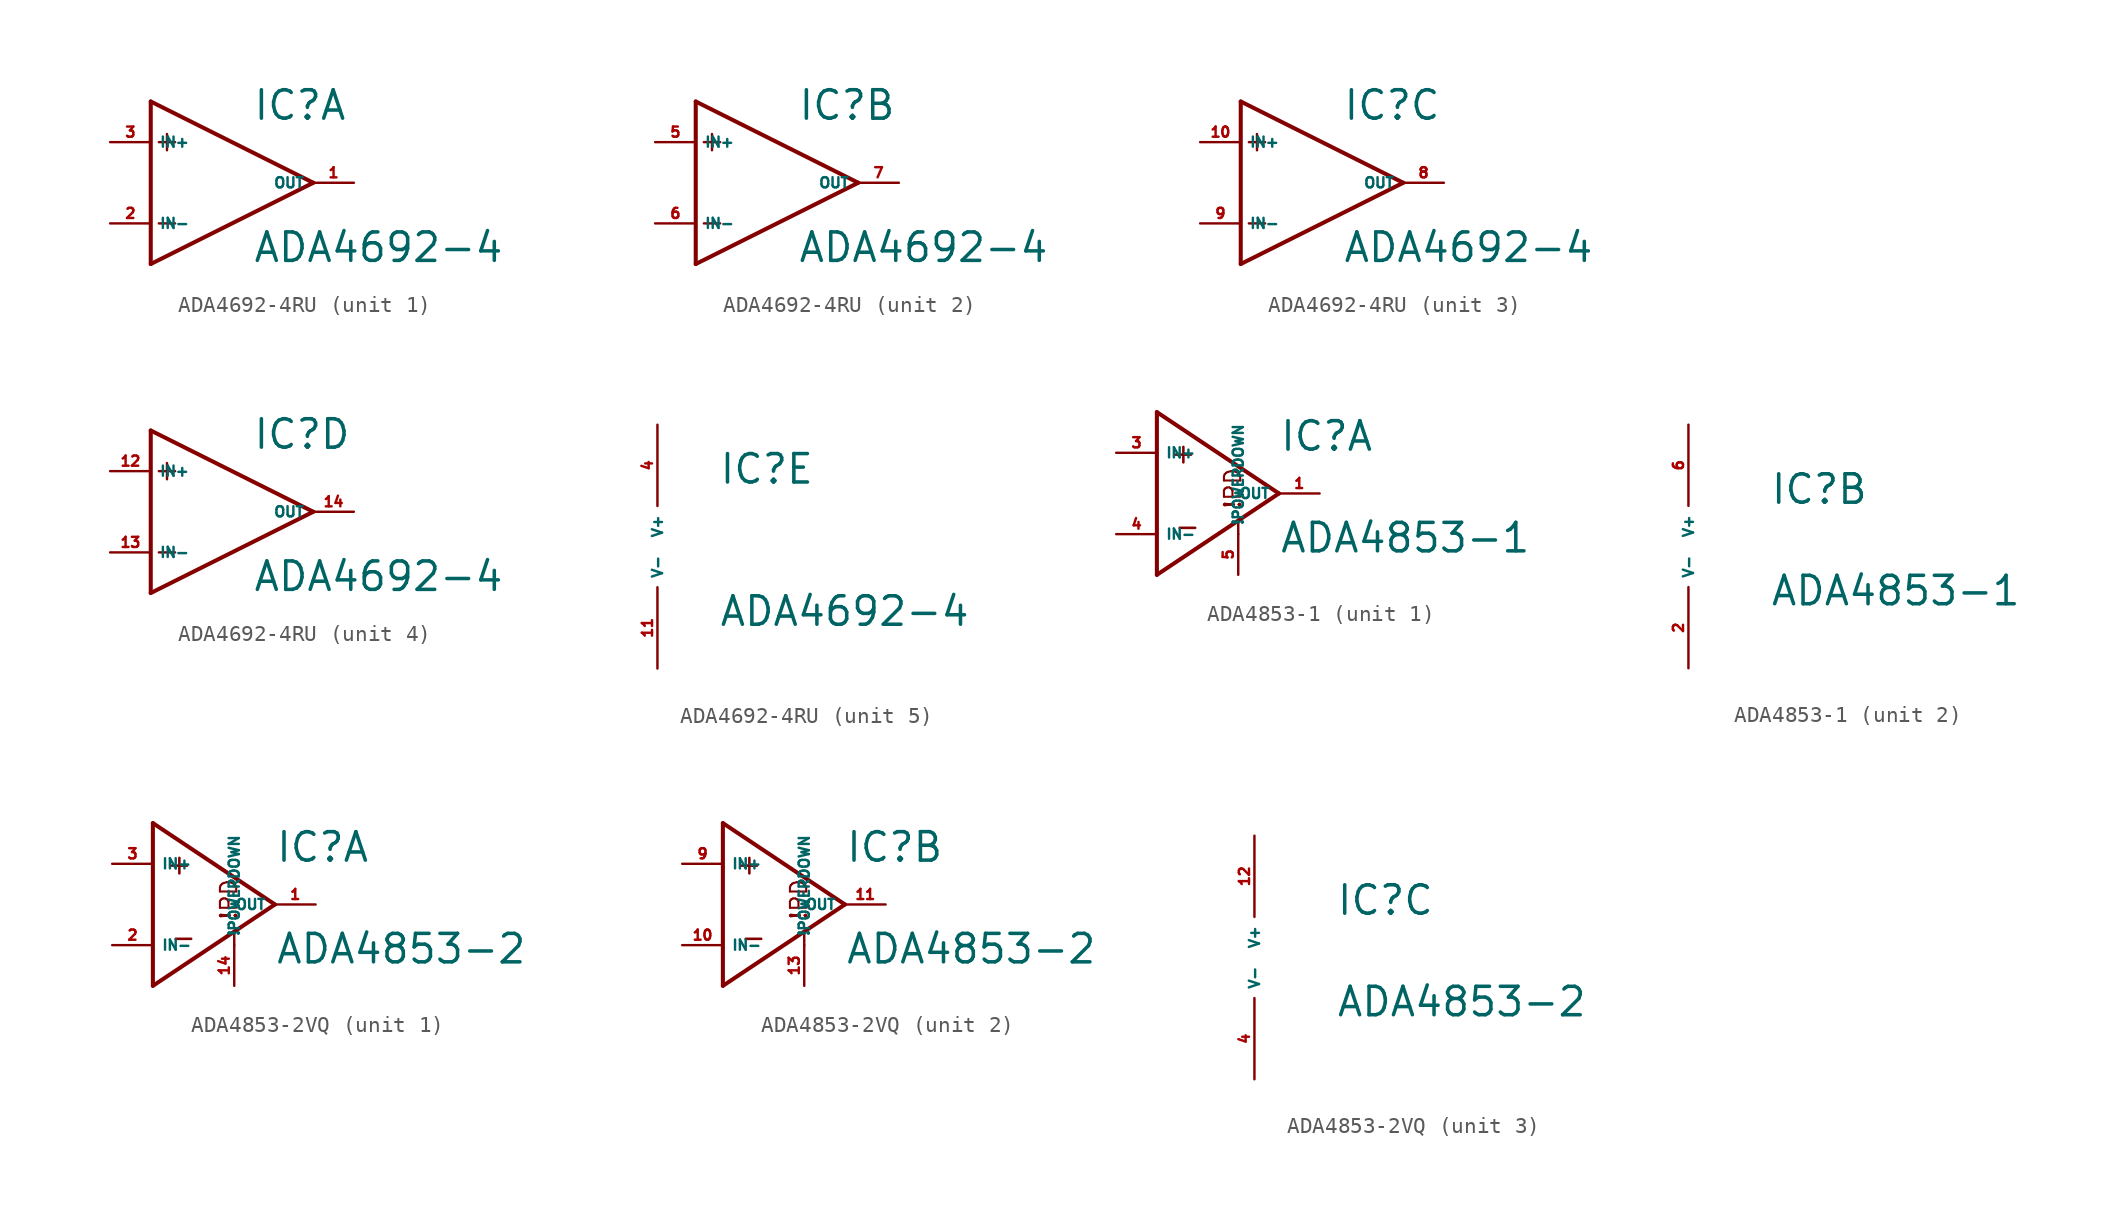
<source format=kicad_sym>
(kicad_symbol_lib
  (version 20220914)
  (generator Eagle2Kicad)
  (symbol "ADA4692-4RU"
    (property "Reference" "IC"
      (at 3.81 3.81 0)
      (effects (font (size 1.778 1.778) (thickness 0.22)) (justify left bottom)))
    (property "Value" "ADA4692-4"
      (at 3.81 -5.08 0)
      (effects (font (size 1.778 1.778) (thickness 0.22)) (justify left bottom)))
    (symbol "ADA4692-4RU_1_0"
      (polyline (pts (xy -2.54 5.08) (xy -2.54 -5.08)) (stroke (width 0.254) (type default)) (fill (type none)))
      (polyline (pts (xy -2.54 -5.08) (xy 7.62 0)) (stroke (width 0.254) (type default)) (fill (type none)))
      (polyline (pts (xy 7.62 0) (xy -2.54 5.08)) (stroke (width 0.254) (type default)) (fill (type none)))
      (polyline (pts (xy -2.032 2.54) (xy -1.016 2.54)) (stroke (width 0.152) (type default)) (fill (type none)))
      (polyline (pts (xy -1.524 3.048) (xy -1.524 2.032)) (stroke (width 0.152) (type default)) (fill (type none)))
      (polyline (pts (xy -2.032 -2.54) (xy -1.016 -2.54)) (stroke (width 0.152) (type default)) (fill (type none)))
      (pin input line (at -5.08 2.54 0) (length 2.54) (name "IN+" (effects (font (size 0.635 0.635) (thickness 0.08)) (justify left bottom))) (number "3" (effects (font (size 0.635 0.635) (thickness 0.08)) (justify left bottom))))
      (pin input line (at -5.08 -2.54 0) (length 2.54) (name "IN-" (effects (font (size 0.635 0.635) (thickness 0.08)) (justify left bottom))) (number "2" (effects (font (size 0.635 0.635) (thickness 0.08)) (justify left bottom))))
      (pin output line (at 10.16 0 180) (length 2.54) (name "OUT" (effects (font (size 0.635 0.635) (thickness 0.08)) (justify left bottom))) (number "1" (effects (font (size 0.635 0.635) (thickness 0.08)) (justify left bottom)))))
    (symbol "ADA4692-4RU_2_0"
      (polyline (pts (xy -2.54 5.08) (xy -2.54 -5.08)) (stroke (width 0.254) (type default)) (fill (type none)))
      (polyline (pts (xy -2.54 -5.08) (xy 7.62 0)) (stroke (width 0.254) (type default)) (fill (type none)))
      (polyline (pts (xy 7.62 0) (xy -2.54 5.08)) (stroke (width 0.254) (type default)) (fill (type none)))
      (polyline (pts (xy -2.032 2.54) (xy -1.016 2.54)) (stroke (width 0.152) (type default)) (fill (type none)))
      (polyline (pts (xy -1.524 3.048) (xy -1.524 2.032)) (stroke (width 0.152) (type default)) (fill (type none)))
      (polyline (pts (xy -2.032 -2.54) (xy -1.016 -2.54)) (stroke (width 0.152) (type default)) (fill (type none)))
      (pin input line (at -5.08 2.54 0) (length 2.54) (name "IN+" (effects (font (size 0.635 0.635) (thickness 0.08)) (justify left bottom))) (number "5" (effects (font (size 0.635 0.635) (thickness 0.08)) (justify left bottom))))
      (pin input line (at -5.08 -2.54 0) (length 2.54) (name "IN-" (effects (font (size 0.635 0.635) (thickness 0.08)) (justify left bottom))) (number "6" (effects (font (size 0.635 0.635) (thickness 0.08)) (justify left bottom))))
      (pin output line (at 10.16 0 180) (length 2.54) (name "OUT" (effects (font (size 0.635 0.635) (thickness 0.08)) (justify left bottom))) (number "7" (effects (font (size 0.635 0.635) (thickness 0.08)) (justify left bottom)))))
    (symbol "ADA4692-4RU_3_0"
      (polyline (pts (xy -2.54 5.08) (xy -2.54 -5.08)) (stroke (width 0.254) (type default)) (fill (type none)))
      (polyline (pts (xy -2.54 -5.08) (xy 7.62 0)) (stroke (width 0.254) (type default)) (fill (type none)))
      (polyline (pts (xy 7.62 0) (xy -2.54 5.08)) (stroke (width 0.254) (type default)) (fill (type none)))
      (polyline (pts (xy -2.032 2.54) (xy -1.016 2.54)) (stroke (width 0.152) (type default)) (fill (type none)))
      (polyline (pts (xy -1.524 3.048) (xy -1.524 2.032)) (stroke (width 0.152) (type default)) (fill (type none)))
      (polyline (pts (xy -2.032 -2.54) (xy -1.016 -2.54)) (stroke (width 0.152) (type default)) (fill (type none)))
      (pin input line (at -5.08 2.54 0) (length 2.54) (name "IN+" (effects (font (size 0.635 0.635) (thickness 0.08)) (justify left bottom))) (number "10" (effects (font (size 0.635 0.635) (thickness 0.08)) (justify left bottom))))
      (pin input line (at -5.08 -2.54 0) (length 2.54) (name "IN-" (effects (font (size 0.635 0.635) (thickness 0.08)) (justify left bottom))) (number "9" (effects (font (size 0.635 0.635) (thickness 0.08)) (justify left bottom))))
      (pin output line (at 10.16 0 180) (length 2.54) (name "OUT" (effects (font (size 0.635 0.635) (thickness 0.08)) (justify left bottom))) (number "8" (effects (font (size 0.635 0.635) (thickness 0.08)) (justify left bottom)))))
    (symbol "ADA4692-4RU_4_0"
      (polyline (pts (xy -2.54 5.08) (xy -2.54 -5.08)) (stroke (width 0.254) (type default)) (fill (type none)))
      (polyline (pts (xy -2.54 -5.08) (xy 7.62 0)) (stroke (width 0.254) (type default)) (fill (type none)))
      (polyline (pts (xy 7.62 0) (xy -2.54 5.08)) (stroke (width 0.254) (type default)) (fill (type none)))
      (polyline (pts (xy -2.032 2.54) (xy -1.016 2.54)) (stroke (width 0.152) (type default)) (fill (type none)))
      (polyline (pts (xy -1.524 3.048) (xy -1.524 2.032)) (stroke (width 0.152) (type default)) (fill (type none)))
      (polyline (pts (xy -2.032 -2.54) (xy -1.016 -2.54)) (stroke (width 0.152) (type default)) (fill (type none)))
      (pin input line (at -5.08 2.54 0) (length 2.54) (name "IN+" (effects (font (size 0.635 0.635) (thickness 0.08)) (justify left bottom))) (number "12" (effects (font (size 0.635 0.635) (thickness 0.08)) (justify left bottom))))
      (pin input line (at -5.08 -2.54 0) (length 2.54) (name "IN-" (effects (font (size 0.635 0.635) (thickness 0.08)) (justify left bottom))) (number "13" (effects (font (size 0.635 0.635) (thickness 0.08)) (justify left bottom))))
      (pin output line (at 10.16 0 180) (length 2.54) (name "OUT" (effects (font (size 0.635 0.635) (thickness 0.08)) (justify left bottom))) (number "14" (effects (font (size 0.635 0.635) (thickness 0.08)) (justify left bottom)))))
    (symbol "ADA4692-4RU_5_0"
      (pin unspecified line (at 0 7.62 270) (length 5.08) (name "V+" (effects (font (size 0.635 0.635) (thickness 0.08)) (justify left bottom))) (number "4" (effects (font (size 0.635 0.635) (thickness 0.08)) (justify left bottom))))
      (pin unspecified line (at 0 -7.62 90) (length 5.08) (name "V-" (effects (font (size 0.635 0.635) (thickness 0.08)) (justify left bottom))) (number "11" (effects (font (size 0.635 0.635) (thickness 0.08)) (justify left bottom))))))
  (symbol "ADA4853-1"
    (property "Reference" "IC"
      (at 5.08 2.54 0)
      (effects (font (size 1.778 1.778) (thickness 0.22)) (justify left bottom)))
    (property "Value" "ADA4853-1"
      (at 5.08 -3.81 0)
      (effects (font (size 1.778 1.778) (thickness 0.22)) (justify left bottom)))
    (symbol "ADA4853-1_1_0"
      (polyline (pts (xy -2.54 5.08) (xy -2.54 -5.08)) (stroke (width 0.254) (type default)) (fill (type none)))
      (polyline (pts (xy -2.54 -5.08) (xy 5.08 0)) (stroke (width 0.254) (type default)) (fill (type none)))
      (polyline (pts (xy 5.08 0) (xy -2.54 5.08)) (stroke (width 0.254) (type default)) (fill (type none)))
      (polyline (pts (xy 2.54 -2.54) (xy 2.54 -1.778)) (stroke (width 0.152) (type default)) (fill (type none)))
      (text "+" (at -1.778 1.778 0) (effects (font (size 1.27 1.27) (thickness 0.16)) (justify left bottom)))
      (text "-" (at -1.524 -2.794 0) (effects (font (size 1.27 1.27) (thickness 0.16)) (justify left bottom)))
      (text "!PD" (at 2.794 -1.016 900) (effects (font (size 1.016 1.016) (thickness 0.13)) (justify left bottom)))
      (pin input line (at -5.08 2.54 0) (length 2.54) (name "IN+" (effects (font (size 0.635 0.635) (thickness 0.08)) (justify left bottom))) (number "3" (effects (font (size 0.635 0.635) (thickness 0.08)) (justify left bottom))))
      (pin input line (at -5.08 -2.54 0) (length 2.54) (name "IN-" (effects (font (size 0.635 0.635) (thickness 0.08)) (justify left bottom))) (number "4" (effects (font (size 0.635 0.635) (thickness 0.08)) (justify left bottom))))
      (pin output line (at 7.62 0 180) (length 2.54) (name "OUT" (effects (font (size 0.635 0.635) (thickness 0.08)) (justify left bottom))) (number "1" (effects (font (size 0.635 0.635) (thickness 0.08)) (justify left bottom))))
      (pin passive line (at 2.54 -5.08 90) (length 2.54) (name "!POWERDOWN" (effects (font (size 0.635 0.635) (thickness 0.08)) (justify left bottom))) (number "5" (effects (font (size 0.635 0.635) (thickness 0.08)) (justify left bottom)))))
    (symbol "ADA4853-1_2_0"
      (pin unspecified line (at 0 7.62 270) (length 5.08) (name "V+" (effects (font (size 0.635 0.635) (thickness 0.08)) (justify left bottom))) (number "6" (effects (font (size 0.635 0.635) (thickness 0.08)) (justify left bottom))))
      (pin unspecified line (at 0 -7.62 90) (length 5.08) (name "V-" (effects (font (size 0.635 0.635) (thickness 0.08)) (justify left bottom))) (number "2" (effects (font (size 0.635 0.635) (thickness 0.08)) (justify left bottom))))))
  (symbol "ADA4853-2VQ"
    (property "Reference" "IC"
      (at 5.08 2.54 0)
      (effects (font (size 1.778 1.778) (thickness 0.22)) (justify left bottom)))
    (property "Value" "ADA4853-2"
      (at 5.08 -3.81 0)
      (effects (font (size 1.778 1.778) (thickness 0.22)) (justify left bottom)))
    (symbol "ADA4853-2VQ_1_0"
      (polyline (pts (xy -2.54 5.08) (xy -2.54 -5.08)) (stroke (width 0.254) (type default)) (fill (type none)))
      (polyline (pts (xy -2.54 -5.08) (xy 5.08 0)) (stroke (width 0.254) (type default)) (fill (type none)))
      (polyline (pts (xy 5.08 0) (xy -2.54 5.08)) (stroke (width 0.254) (type default)) (fill (type none)))
      (polyline (pts (xy 2.54 -2.54) (xy 2.54 -1.778)) (stroke (width 0.152) (type default)) (fill (type none)))
      (text "+" (at -1.778 1.778 0) (effects (font (size 1.27 1.27) (thickness 0.16)) (justify left bottom)))
      (text "-" (at -1.524 -2.794 0) (effects (font (size 1.27 1.27) (thickness 0.16)) (justify left bottom)))
      (text "!PD" (at 2.794 -1.016 900) (effects (font (size 1.016 1.016) (thickness 0.13)) (justify left bottom)))
      (pin input line (at -5.08 2.54 0) (length 2.54) (name "IN+" (effects (font (size 0.635 0.635) (thickness 0.08)) (justify left bottom))) (number "3" (effects (font (size 0.635 0.635) (thickness 0.08)) (justify left bottom))))
      (pin input line (at -5.08 -2.54 0) (length 2.54) (name "IN-" (effects (font (size 0.635 0.635) (thickness 0.08)) (justify left bottom))) (number "2" (effects (font (size 0.635 0.635) (thickness 0.08)) (justify left bottom))))
      (pin output line (at 7.62 0 180) (length 2.54) (name "OUT" (effects (font (size 0.635 0.635) (thickness 0.08)) (justify left bottom))) (number "1" (effects (font (size 0.635 0.635) (thickness 0.08)) (justify left bottom))))
      (pin passive line (at 2.54 -5.08 90) (length 2.54) (name "!POWERDOWN" (effects (font (size 0.635 0.635) (thickness 0.08)) (justify left bottom))) (number "14" (effects (font (size 0.635 0.635) (thickness 0.08)) (justify left bottom)))))
    (symbol "ADA4853-2VQ_2_0"
      (polyline (pts (xy -2.54 5.08) (xy -2.54 -5.08)) (stroke (width 0.254) (type default)) (fill (type none)))
      (polyline (pts (xy -2.54 -5.08) (xy 5.08 0)) (stroke (width 0.254) (type default)) (fill (type none)))
      (polyline (pts (xy 5.08 0) (xy -2.54 5.08)) (stroke (width 0.254) (type default)) (fill (type none)))
      (polyline (pts (xy 2.54 -2.54) (xy 2.54 -1.778)) (stroke (width 0.152) (type default)) (fill (type none)))
      (text "+" (at -1.778 1.778 0) (effects (font (size 1.27 1.27) (thickness 0.16)) (justify left bottom)))
      (text "-" (at -1.524 -2.794 0) (effects (font (size 1.27 1.27) (thickness 0.16)) (justify left bottom)))
      (text "!PD" (at 2.794 -1.016 900) (effects (font (size 1.016 1.016) (thickness 0.13)) (justify left bottom)))
      (pin input line (at -5.08 2.54 0) (length 2.54) (name "IN+" (effects (font (size 0.635 0.635) (thickness 0.08)) (justify left bottom))) (number "9" (effects (font (size 0.635 0.635) (thickness 0.08)) (justify left bottom))))
      (pin input line (at -5.08 -2.54 0) (length 2.54) (name "IN-" (effects (font (size 0.635 0.635) (thickness 0.08)) (justify left bottom))) (number "10" (effects (font (size 0.635 0.635) (thickness 0.08)) (justify left bottom))))
      (pin output line (at 7.62 0 180) (length 2.54) (name "OUT" (effects (font (size 0.635 0.635) (thickness 0.08)) (justify left bottom))) (number "11" (effects (font (size 0.635 0.635) (thickness 0.08)) (justify left bottom))))
      (pin passive line (at 2.54 -5.08 90) (length 2.54) (name "!POWERDOWN" (effects (font (size 0.635 0.635) (thickness 0.08)) (justify left bottom))) (number "13" (effects (font (size 0.635 0.635) (thickness 0.08)) (justify left bottom)))))
    (symbol "ADA4853-2VQ_3_0"
      (pin unspecified line (at 0 7.62 270) (length 5.08) (name "V+" (effects (font (size 0.635 0.635) (thickness 0.08)) (justify left bottom))) (number "12" (effects (font (size 0.635 0.635) (thickness 0.08)) (justify left bottom))))
      (pin unspecified line (at 0 -7.62 90) (length 5.08) (name "V-" (effects (font (size 0.635 0.635) (thickness 0.08)) (justify left bottom))) (number "4" (effects (font (size 0.635 0.635) (thickness 0.08)) (justify left bottom)))))))
</source>
